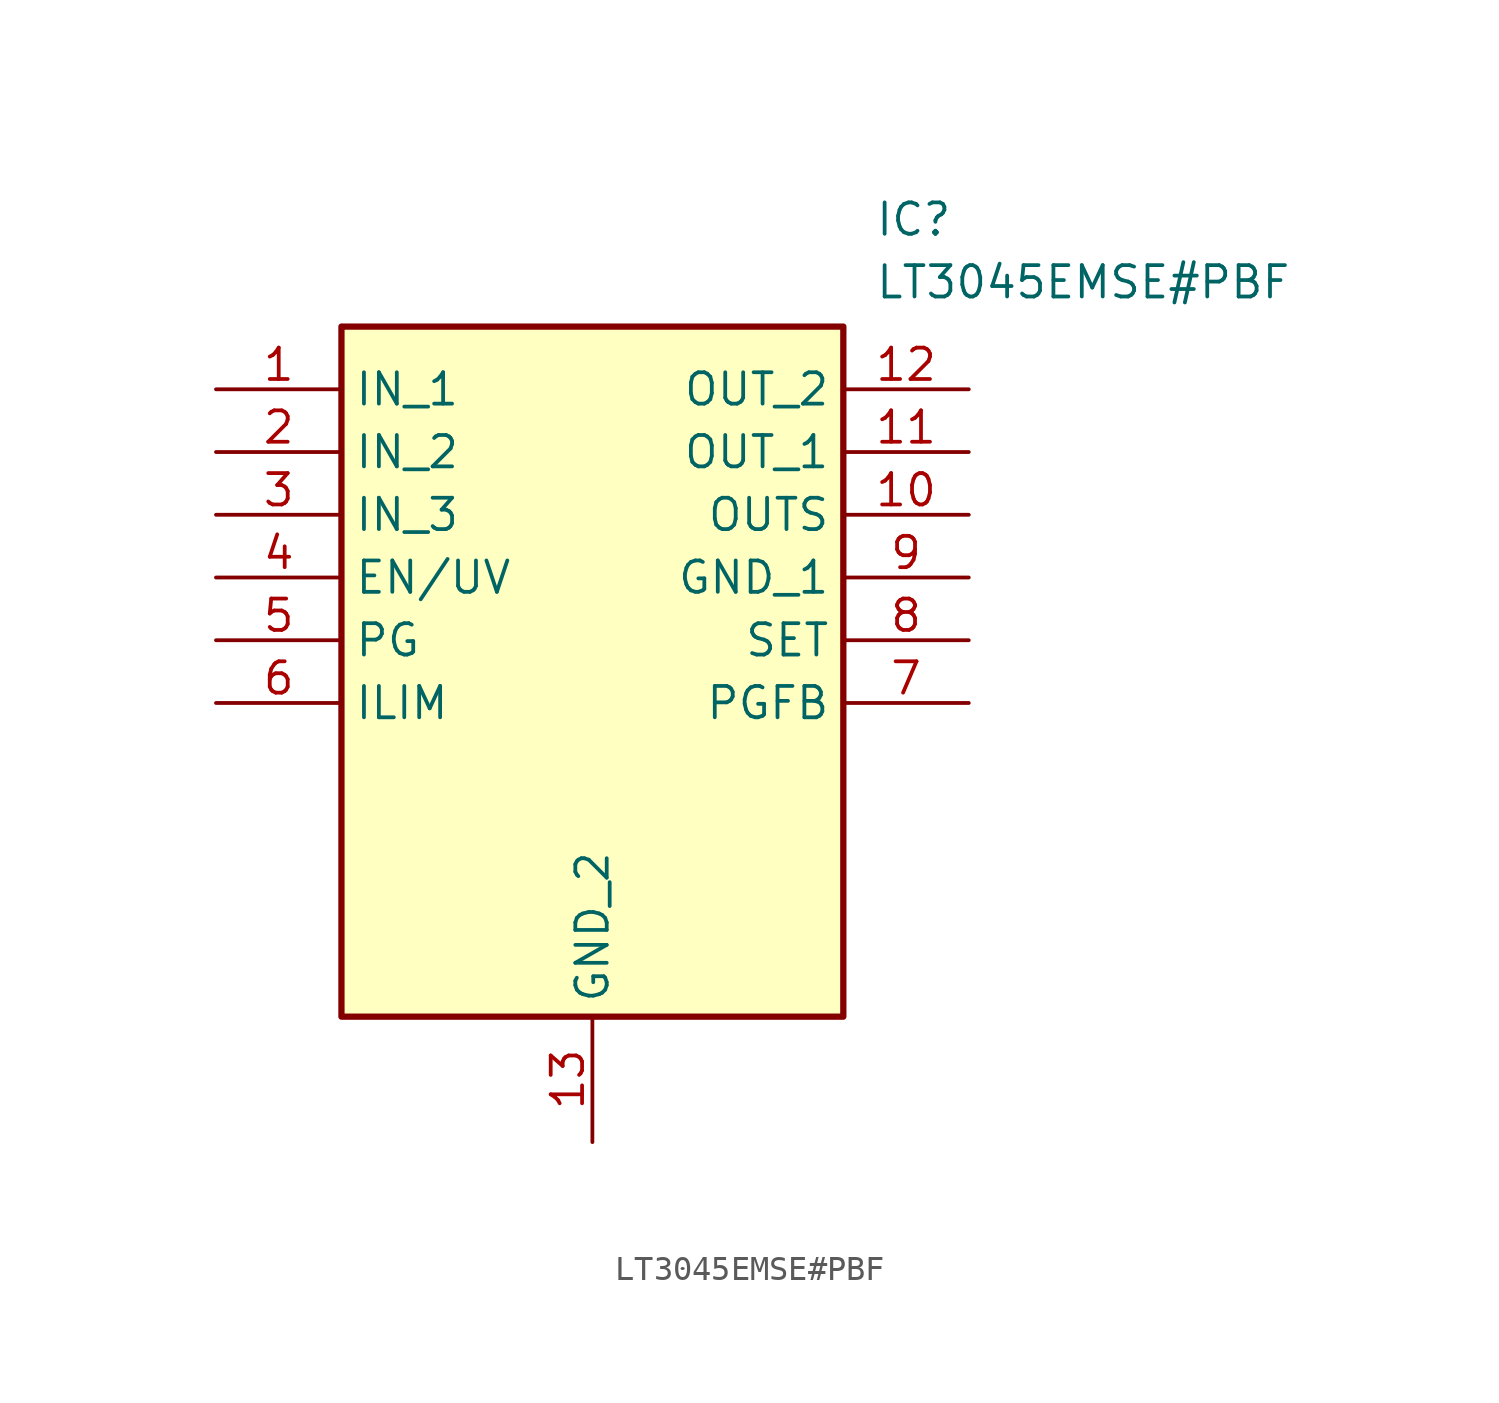
<source format=kicad_sym>
(kicad_symbol_lib
  (version 20211014)
  (generator SamacSys_ECAD_Model)
  (symbol "LT3045EMSE#PBF"
    (property "Reference" "IC"
      (at 26.67 7.62 0)
      (effects (font (size 1.27 1.27)) (justify left top)))
    (property "Value" "LT3045EMSE#PBF"
      (at 26.67 5.08 0)
      (effects (font (size 1.27 1.27)) (justify left top)))
    (rectangle
      (start 5.08 2.54)
      (end 25.4 -25.4)
      (stroke (width 0.254) (type default))
      (fill (type background)))
    (pin passive line
      (at 0 0 0)
      (length 5.08)
      (name "IN_1" (effects (font (size 1.27 1.27))))
      (number "1" (effects (font (size 1.27 1.27)))))
    (pin passive line
      (at 0 -2.54 0)
      (length 5.08)
      (name "IN_2" (effects (font (size 1.27 1.27))))
      (number "2" (effects (font (size 1.27 1.27)))))
    (pin passive line
      (at 0 -5.08 0)
      (length 5.08)
      (name "IN_3" (effects (font (size 1.27 1.27))))
      (number "3" (effects (font (size 1.27 1.27)))))
    (pin passive line
      (at 0 -7.62 0)
      (length 5.08)
      (name "EN/UV" (effects (font (size 1.27 1.27))))
      (number "4" (effects (font (size 1.27 1.27)))))
    (pin passive line
      (at 0 -10.16 0)
      (length 5.08)
      (name "PG" (effects (font (size 1.27 1.27))))
      (number "5" (effects (font (size 1.27 1.27)))))
    (pin passive line
      (at 0 -12.7 0)
      (length 5.08)
      (name "ILIM" (effects (font (size 1.27 1.27))))
      (number "6" (effects (font (size 1.27 1.27)))))
    (pin passive line
      (at 15.24 -30.48 90)
      (length 5.08)
      (name "GND_2" (effects (font (size 1.27 1.27))))
      (number "13" (effects (font (size 1.27 1.27)))))
    (pin passive line
      (at 30.48 0 180)
      (length 5.08)
      (name "OUT_2" (effects (font (size 1.27 1.27))))
      (number "12" (effects (font (size 1.27 1.27)))))
    (pin passive line
      (at 30.48 -2.54 180)
      (length 5.08)
      (name "OUT_1" (effects (font (size 1.27 1.27))))
      (number "11" (effects (font (size 1.27 1.27)))))
    (pin passive line
      (at 30.48 -5.08 180)
      (length 5.08)
      (name "OUTS" (effects (font (size 1.27 1.27))))
      (number "10" (effects (font (size 1.27 1.27)))))
    (pin passive line
      (at 30.48 -7.62 180)
      (length 5.08)
      (name "GND_1" (effects (font (size 1.27 1.27))))
      (number "9" (effects (font (size 1.27 1.27)))))
    (pin passive line
      (at 30.48 -10.16 180)
      (length 5.08)
      (name "SET" (effects (font (size 1.27 1.27))))
      (number "8" (effects (font (size 1.27 1.27)))))
    (pin passive line
      (at 30.48 -12.7 180)
      (length 5.08)
      (name "PGFB" (effects (font (size 1.27 1.27))))
      (number "7" (effects (font (size 1.27 1.27)))))))
</source>
